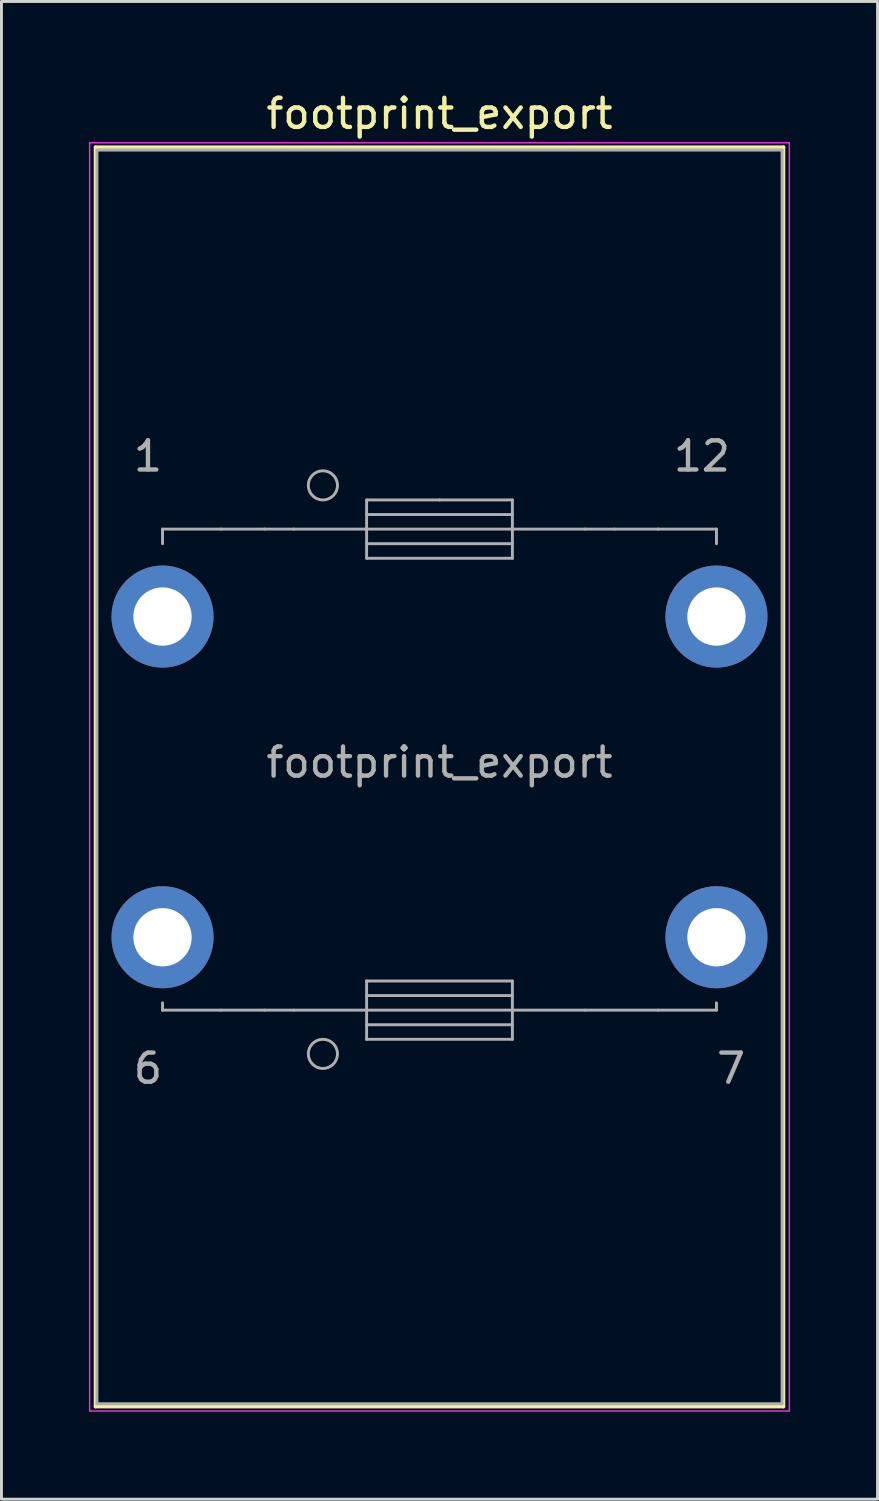
<source format=kicad_pcb>
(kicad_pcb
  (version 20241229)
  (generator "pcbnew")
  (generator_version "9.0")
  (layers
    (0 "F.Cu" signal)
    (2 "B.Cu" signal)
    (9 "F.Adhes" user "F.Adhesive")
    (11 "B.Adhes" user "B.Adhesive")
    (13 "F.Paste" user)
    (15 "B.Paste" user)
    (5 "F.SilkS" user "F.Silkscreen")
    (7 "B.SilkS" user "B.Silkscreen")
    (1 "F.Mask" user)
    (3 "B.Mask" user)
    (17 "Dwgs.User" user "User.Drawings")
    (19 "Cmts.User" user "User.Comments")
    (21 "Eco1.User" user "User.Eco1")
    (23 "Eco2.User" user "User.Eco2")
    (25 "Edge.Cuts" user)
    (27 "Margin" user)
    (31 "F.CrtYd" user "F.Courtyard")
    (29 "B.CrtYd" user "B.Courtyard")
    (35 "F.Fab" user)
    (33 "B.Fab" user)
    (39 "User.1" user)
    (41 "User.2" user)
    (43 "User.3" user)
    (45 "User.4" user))
  (footprint "footprint_export"
    (layer "F.Cu")
    (at 2.525 18.098)
    (property "Reference" "footprint_export" (at 9.5 -17.25 0) (layer "F.SilkS") (effects (font (size 1 1) (thickness 0.15))))
    (attr through_hole)
    (fp_line (start -2.3 -16.1) (end 21.3 -16.1) (stroke (width 0.12) (type solid)) (layer "F.SilkS"))
    (fp_line (start -2.3 27.1) (end -2.3 -16.1) (stroke (width 0.12) (type solid)) (layer "F.SilkS"))
    (fp_line (start 21.3 -16.1) (end 21.3 27.1) (stroke (width 0.12) (type solid)) (layer "F.SilkS"))
    (fp_line (start 21.3 27.1) (end -2.3 27.1) (stroke (width 0.12) (type solid)) (layer "F.SilkS"))
    (fp_line (start -2.5 -16.25) (end 21.5 -16.25) (stroke (width 0.05) (type solid)) (layer "F.CrtYd"))
    (fp_line (start -2.5 27.25) (end -2.5 -16.25) (stroke (width 0.05) (type solid)) (layer "F.CrtYd"))
    (fp_line (start 21.5 -16.25) (end 21.5 27.25) (stroke (width 0.05) (type solid)) (layer "F.CrtYd"))
    (fp_line (start 21.5 27.25) (end -2.5 27.25) (stroke (width 0.05) (type solid)) (layer "F.CrtYd"))
    (fp_line (start -2.25 -16) (end -2.25 27) (stroke (width 0.1) (type solid)) (layer "F.Fab"))
    (fp_line (start -2.25 27) (end 21.25 27) (stroke (width 0.1) (type solid)) (layer "F.Fab"))
    (fp_line (start 0 -3) (end 0 -2.5) (stroke (width 0.1) (type solid)) (layer "F.Fab"))
    (fp_line (start 0 13.5) (end 0 13.25) (stroke (width 0.1) (type solid)) (layer "F.Fab"))
    (fp_line (start 2 -3) (end 0 -3) (stroke (width 0.1) (type solid)) (layer "F.Fab"))
    (fp_line (start 2 13.5) (end 0 13.5) (stroke (width 0.1) (type solid)) (layer "F.Fab"))
    (fp_line (start 3.5 -3) (end 2 -3) (stroke (width 0.1) (type solid)) (layer "F.Fab"))
    (fp_line (start 3.5 13.5) (end 2 13.5) (stroke (width 0.1) (type solid)) (layer "F.Fab"))
    (fp_line (start 4.5 -3) (end 3.5 -3) (stroke (width 0.1) (type solid)) (layer "F.Fab"))
    (fp_line (start 4.5 13.5) (end 3.5 13.5) (stroke (width 0.1) (type solid)) (layer "F.Fab"))
    (fp_line (start 4.5 13.5) (end 7 13.5) (stroke (width 0.1) (type solid)) (layer "F.Fab"))
    (fp_line (start 7 -4) (end 9.5 -4) (stroke (width 0.1) (type solid)) (layer "F.Fab"))
    (fp_line (start 7 -3) (end 4.5 -3) (stroke (width 0.1) (type solid)) (layer "F.Fab"))
    (fp_line (start 7 -3) (end 12 -3) (stroke (width 0.1) (type solid)) (layer "F.Fab"))
    (fp_line (start 7 -2.5) (end 12 -2.5) (stroke (width 0.1) (type solid)) (layer "F.Fab"))
    (fp_line (start 7 -2) (end 7 -4) (stroke (width 0.1) (type solid)) (layer "F.Fab"))
    (fp_line (start 7 12.5) (end 12 12.5) (stroke (width 0.1) (type solid)) (layer "F.Fab"))
    (fp_line (start 7 14) (end 12 14) (stroke (width 0.1) (type solid)) (layer "F.Fab"))
    (fp_line (start 7 14.5) (end 7 12.5) (stroke (width 0.1) (type solid)) (layer "F.Fab"))
    (fp_line (start 9.5 -4) (end 12 -4) (stroke (width 0.1) (type solid)) (layer "F.Fab"))
    (fp_line (start 12 -4) (end 12 -2) (stroke (width 0.1) (type solid)) (layer "F.Fab"))
    (fp_line (start 12 -3.5) (end 7 -3.5) (stroke (width 0.1) (type solid)) (layer "F.Fab"))
    (fp_line (start 12 -3) (end 14.5 -3) (stroke (width 0.1) (type solid)) (layer "F.Fab"))
    (fp_line (start 12 -2) (end 7 -2) (stroke (width 0.1) (type solid)) (layer "F.Fab"))
    (fp_line (start 12 12.5) (end 12 14.5) (stroke (width 0.1) (type solid)) (layer "F.Fab"))
    (fp_line (start 12 13) (end 7 13) (stroke (width 0.1) (type solid)) (layer "F.Fab"))
    (fp_line (start 12 13.5) (end 7 13.5) (stroke (width 0.1) (type solid)) (layer "F.Fab"))
    (fp_line (start 12 14.5) (end 7 14.5) (stroke (width 0.1) (type solid)) (layer "F.Fab"))
    (fp_line (start 14.5 -3) (end 15.5 -3) (stroke (width 0.1) (type solid)) (layer "F.Fab"))
    (fp_line (start 14.5 13.5) (end 12 13.5) (stroke (width 0.1) (type solid)) (layer "F.Fab"))
    (fp_line (start 14.5 13.5) (end 17 13.5) (stroke (width 0.1) (type solid)) (layer "F.Fab"))
    (fp_line (start 15.5 -3) (end 17 -3) (stroke (width 0.1) (type solid)) (layer "F.Fab"))
    (fp_line (start 17 -3) (end 19 -3) (stroke (width 0.1) (type solid)) (layer "F.Fab"))
    (fp_line (start 17 13.5) (end 19 13.5) (stroke (width 0.1) (type solid)) (layer "F.Fab"))
    (fp_line (start 19 -3) (end 19 -2.5) (stroke (width 0.1) (type solid)) (layer "F.Fab"))
    (fp_line (start 19 13.5) (end 19 13.25) (stroke (width 0.1) (type solid)) (layer "F.Fab"))
    (fp_line (start 21.25 -16) (end -2.25 -16) (stroke (width 0.1) (type solid)) (layer "F.Fab"))
    (fp_line (start 21.25 27) (end 21.25 -16) (stroke (width 0.1) (type solid)) (layer "F.Fab"))
    (fp_circle (center 5.5 -4.5) (end 6 -4.5) (stroke (width 0.1) (type solid)) (fill no) (layer "F.Fab"))
    (fp_circle (center 5.5 15) (end 6 15) (stroke (width 0.1) (type solid)) (fill no) (layer "F.Fab"))
    (fp_text user "1" (at -0.5 -5.5 0) (layer "F.Fab") (effects (font (size 1 1) (thickness 0.15))))
    (fp_text user "${REFERENCE}" (at 9.5 5 0) (layer "F.Fab") (effects (font (size 1 1) (thickness 0.15))))
    (fp_text user "6" (at -0.5 15.5 0) (layer "F.Fab") (effects (font (size 1 1) (thickness 0.15))))
    (fp_text user "7" (at 19.5 15.5 0) (layer "F.Fab") (effects (font (size 1 1) (thickness 0.15))))
    (fp_text user "12" (at 18.5 -5.5 0) (layer "F.Fab") (effects (font (size 1 1) (thickness 0.15))))
    (pad "1" thru_hole circle (at 0 0) (size 3.5 3.5) (drill 2) (layers "*.Cu" "*.Mask"))
    (pad "6" thru_hole circle (at 0 11) (size 3.5 3.5) (drill 2) (layers "*.Cu" "*.Mask"))
    (pad "7" thru_hole circle (at 19 11) (size 3.5 3.5) (drill 2) (layers "*.Cu" "*.Mask"))
    (pad "12" thru_hole circle (at 19 0) (size 3.5 3.5) (drill 2) (layers "*.Cu" "*.Mask")))
  (gr_rect
    (start -3 -3)
    (end 27.05 48.373)
    (stroke (width 0.1) (type default))
    (fill no)
    (layer "Edge.Cuts")))
</source>
